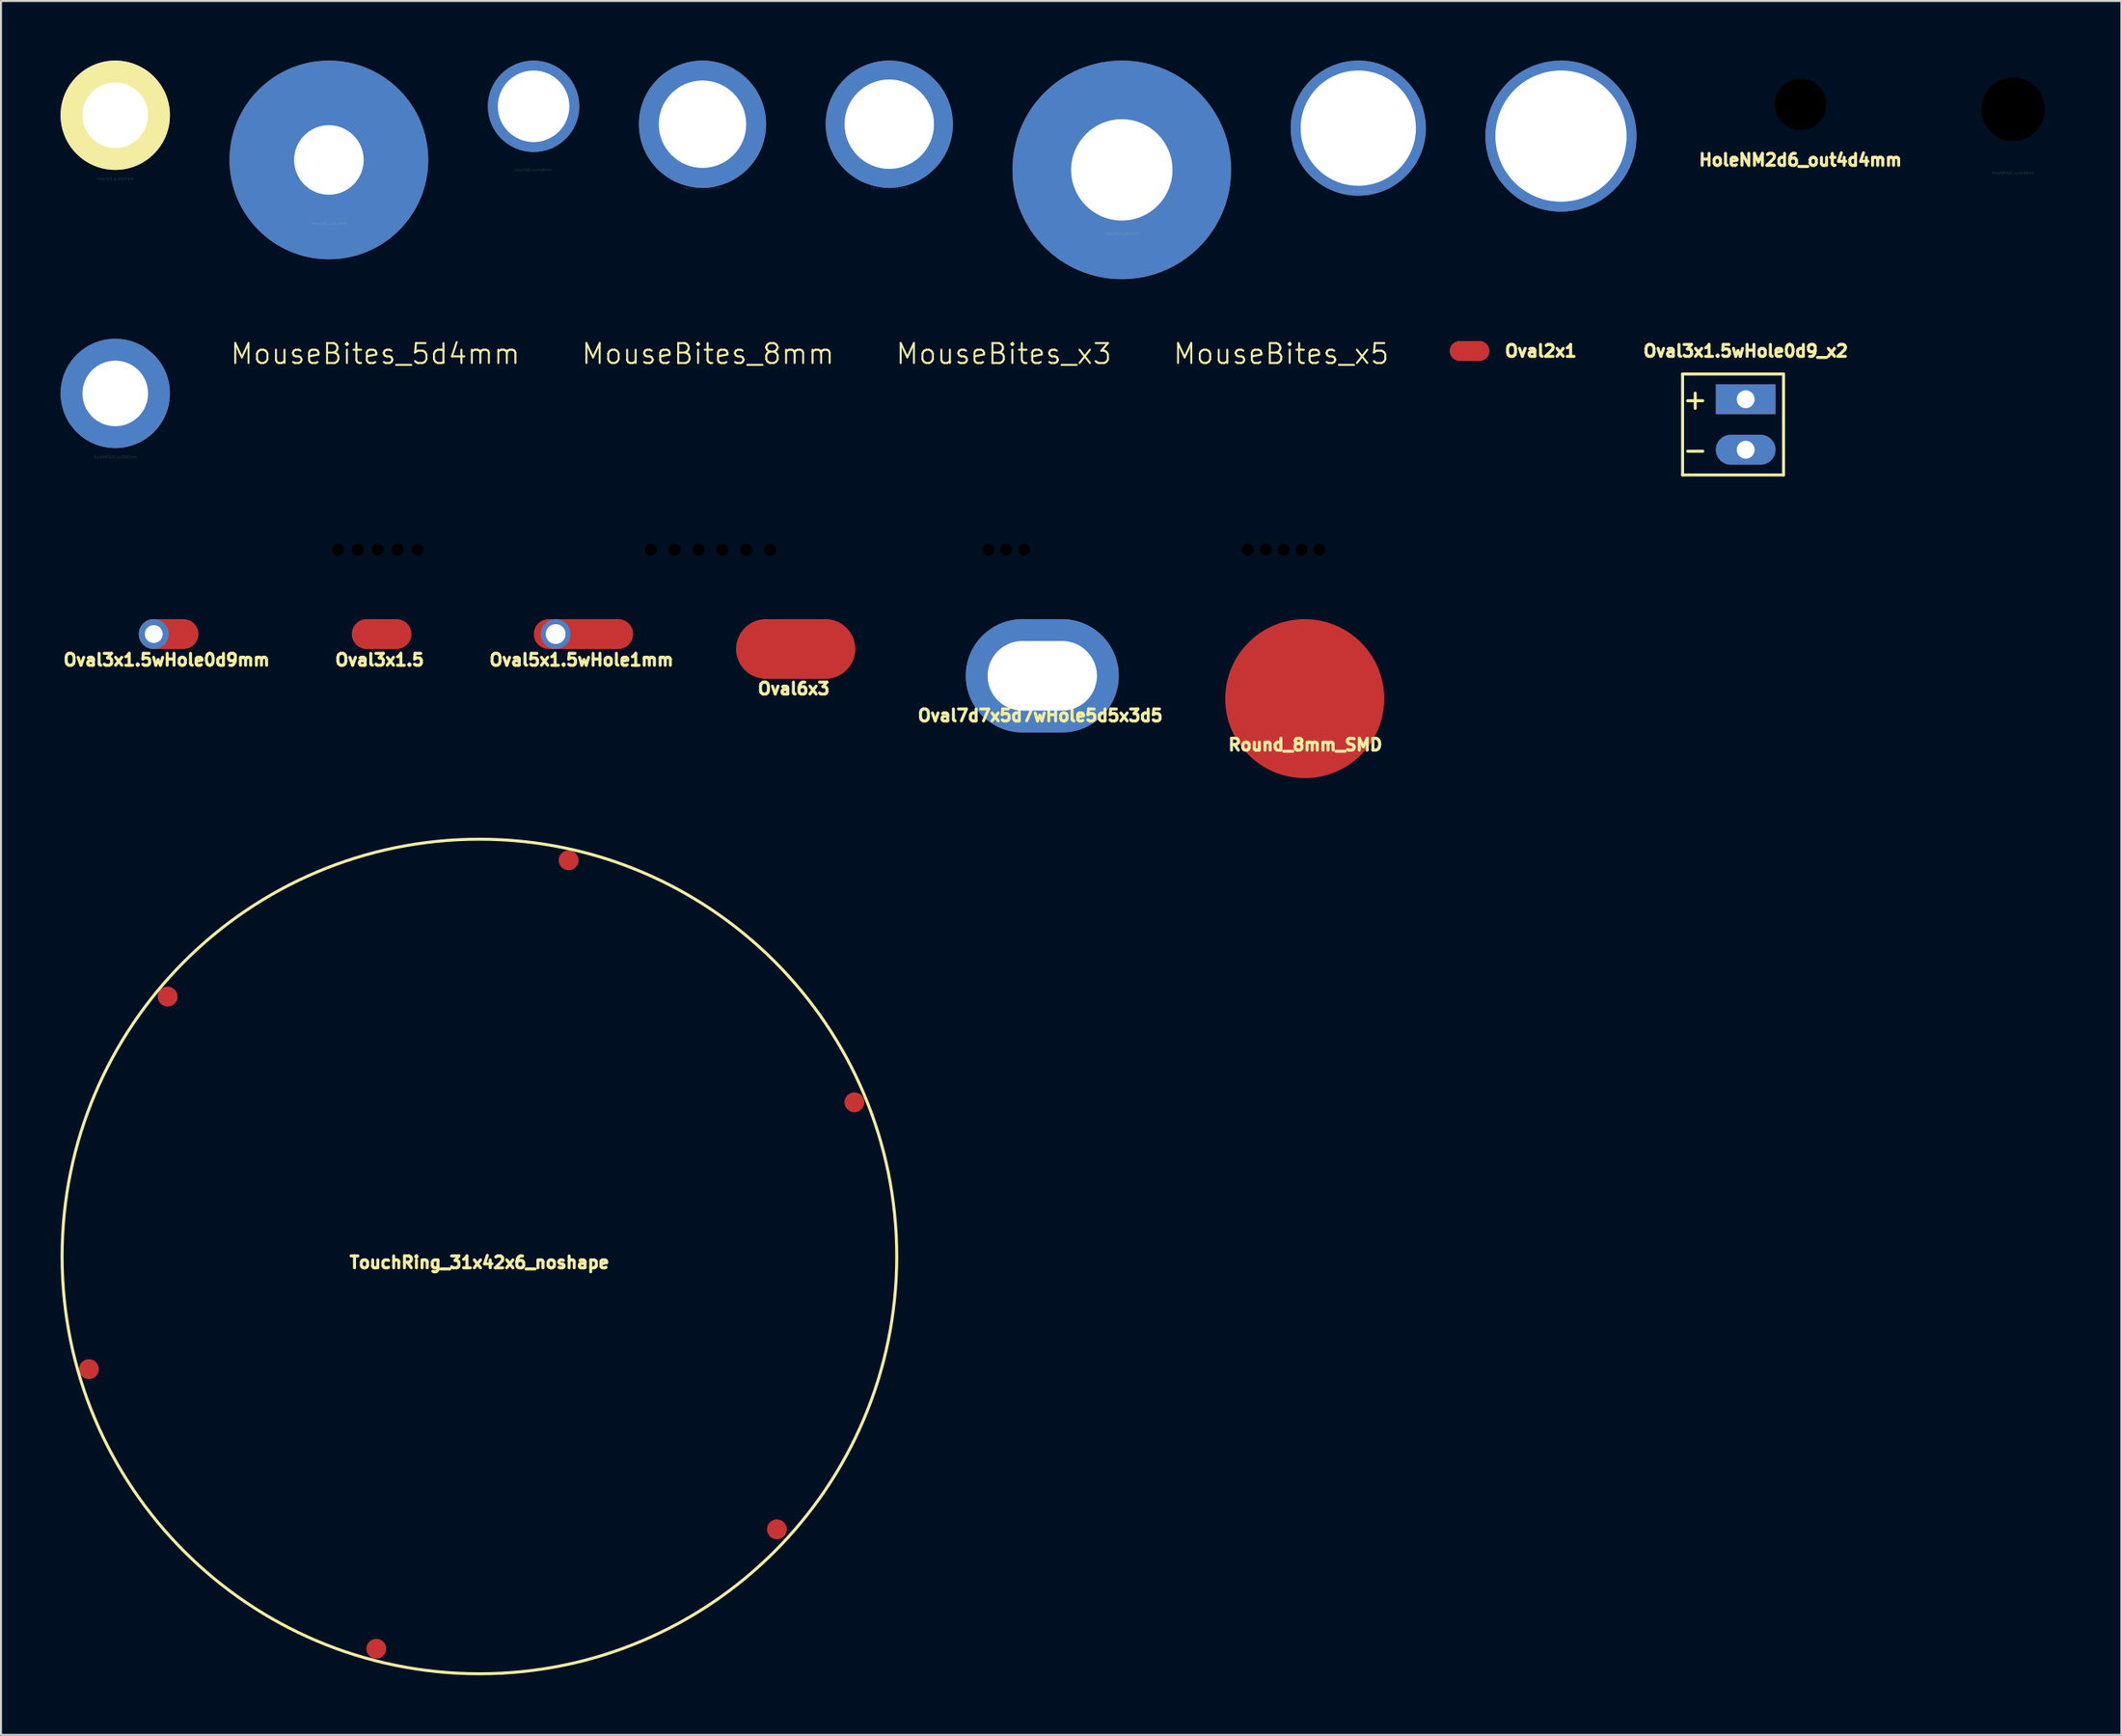
<source format=kicad_pcb>
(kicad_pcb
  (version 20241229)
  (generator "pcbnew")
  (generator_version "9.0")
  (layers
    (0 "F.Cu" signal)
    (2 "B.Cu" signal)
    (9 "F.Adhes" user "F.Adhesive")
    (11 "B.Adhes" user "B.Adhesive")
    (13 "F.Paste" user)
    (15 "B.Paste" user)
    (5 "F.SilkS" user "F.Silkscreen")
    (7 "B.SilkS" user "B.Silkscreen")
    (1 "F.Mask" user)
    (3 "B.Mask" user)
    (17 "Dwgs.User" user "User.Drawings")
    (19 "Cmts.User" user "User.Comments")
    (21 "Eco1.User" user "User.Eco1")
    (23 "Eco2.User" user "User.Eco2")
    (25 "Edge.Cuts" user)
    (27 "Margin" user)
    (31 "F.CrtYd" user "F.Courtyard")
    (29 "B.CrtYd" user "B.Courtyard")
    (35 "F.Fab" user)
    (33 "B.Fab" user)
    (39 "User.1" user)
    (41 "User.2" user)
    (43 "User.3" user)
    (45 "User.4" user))
  (footprint "Hole3d5_out10mm"
    (layer "F.Cu")
    (at 13.5 5)
    (property "Reference" "Hole3d5_out10mm" (at 0 3.2 0) (layer "F.SilkS") (effects (font (size 0.127 0.127) (thickness 0.003))))
    (attr through_hole)
    (pad "H" thru_hole circle (at 0 0) (size 10 10) (drill 3.5) (layers "*.Cu" "*.Mask")))
  (footprint "Hole3d3_out5d5mm"
    (layer "F.Cu")
    (at 2.75 2.75)
    (property "Reference" "Hole3d3_out5d5mm" (at 0 3.2 0) (layer "F.SilkS") (effects (font (size 0.127 0.127) (thickness 0.003))))
    (attr through_hole)
    (pad "H" thru_hole circle (at 0 0) (size 5.5 5.5) (drill 3.3) (layers "*.Cu" "*.Mask" "F.SilkS")))
  (footprint "Hole6d6_out7d6mm"
    (layer "F.Cu")
    (at 75.5 3.8)
    (property "Reference" "Hole6d6_out7d6mm" (at 0 3.2 0) (layer "F.SilkS") (effects (font (size 0.127 0.127) (thickness 0.003))))
    (attr through_hole)
    (pad "H" thru_hole circle (at 0 0) (size 7.6 7.6) (drill 6.6) (layers "*.Cu" "*.Mask")))
  (footprint "MouseBites_8mm"
    (layer "F.Cu")
    (at 32.699 24.61)
    (property "Reference" "MouseBites_8mm" (at -0.12 -9.85 0) (unlocked yes) (layer "F.SilkS") (effects (font (size 1 1) (thickness 0.1))))
    (pad "" np_thru_hole circle (at -3 0) (size 1 1) (drill 0.6) (layers "*.Mask"))
    (pad "" np_thru_hole circle (at -1.8 0) (size 1 1) (drill 0.6) (layers "*.Mask"))
    (pad "" np_thru_hole circle (at -0.6 0) (size 1 1) (drill 0.6) (layers "*.Mask"))
    (pad "" np_thru_hole circle (at 0.6 0) (size 1 1) (drill 0.6) (layers "*.Mask"))
    (pad "" np_thru_hole circle (at 1.8 0) (size 1 1) (drill 0.6) (layers "*.Mask"))
    (pad "" np_thru_hole circle (at 3 0) (size 1 1) (drill 0.6) (layers "*.Mask")))
  (footprint "Oval7d7x5d7wHole5d5x3d5"
    (layer "F.Cu")
    (at 49.398 30.96)
    (property "Reference" "Oval7d7x5d7wHole5d5x3d5" (at -0.1 2 0) (layer "F.SilkS") (effects (font (size 0.6 0.6) (thickness 0.15))))
    (attr through_hole)
    (pad "H" thru_hole oval (at 0 0) (size 7.7 5.7) (drill oval 5.5 3.5) (layers "*.Cu" "*.Mask")))
  (footprint "Oval3x1.5wHole0d9mm"
    (layer "F.Cu")
    (at 5.436 28.86)
    (property "Reference" "Oval3x1.5wHole0d9mm" (at -0.1 1.3 0) (layer "F.SilkS") (effects (font (size 0.6 0.6) (thickness 0.15))))
    (attr through_hole)
    (pad "1" thru_hole circle (at -0.75 0) (size 1.5 1.5) (drill 0.9) (layers "*.Cu" "*.Mask"))
    (pad "1" smd oval (at 0 0) (size 3 1.5) (layers "F.Cu" "F.Mask" "F.Paste")))
  (footprint "Hole5d8_out6d8mm"
    (layer "F.Cu")
    (at 65.3 3.4)
    (property "Reference" "Hole5d8_out6d8mm" (at 0 3.2 0) (layer "F.SilkS") (effects (font (size 0.127 0.127) (thickness 0.003))))
    (attr through_hole)
    (pad "H" thru_hole circle (at 0 0) (size 6.8 6.8) (drill 5.8) (layers "*.Cu" "*.Mask")))
  (footprint "HoleNM3d2_out4d9mm"
    (layer "F.Cu")
    (at 98.251 2.45)
    (property "Reference" "HoleNM3d2_out4d9mm" (at 0 3.2 0) (layer "F.SilkS") (effects (font (size 0.127 0.127) (thickness 0.003))))
    (attr through_hole exclude_from_pos_files exclude_from_bom)
    (pad "" np_thru_hole circle (at 0 0) (size 4.9 4.9) (drill 3.2) (layers "*.Mask")))
  (footprint "Oval5x1.5wHole1mm"
    (layer "F.Cu")
    (at 26.311 28.86)
    (property "Reference" "Oval5x1.5wHole1mm" (at -0.1 1.3 0) (layer "F.SilkS") (effects (font (size 0.6 0.6) (thickness 0.15))))
    (attr through_hole)
    (pad "1" thru_hole circle (at -1.4 0) (size 1.5 1.5) (drill 1) (layers "*.Cu" "*.Mask"))
    (pad "1" smd oval (at 0 0) (size 5 1.5) (layers "F.Cu" "F.Mask" "F.Paste")))
  (footprint "Hole5d1_out11mm"
    (layer "F.Cu")
    (at 53.4 5.5)
    (property "Reference" "Hole5d1_out11mm" (at 0 3.2 0) (layer "F.SilkS") (effects (font (size 0.127 0.127) (thickness 0.003))))
    (attr through_hole)
    (pad "H" thru_hole circle (at 0 0) (size 11 11) (drill 5.1) (layers "*.Cu" "*.Mask")))
  (footprint "Round_8mm_SMD"
    (layer "F.Cu")
    (at 62.606 32.111)
    (property "Reference" "Round_8mm_SMD" (at 0.03 2.32 0) (layer "F.SilkS") (effects (font (size 0.6 0.6) (thickness 0.15))))
    (attr through_hole)
    (pad "1" smd circle (at 0 0) (size 8 8) (layers "F.Cu")))
  (footprint "MouseBites_x3"
    (layer "F.Cu")
    (at 47.584 24.61)
    (property "Reference" "MouseBites_x3" (at -0.12 -9.85 0) (unlocked yes) (layer "F.SilkS") (effects (font (size 1 1) (thickness 0.1))))
    (pad "" np_thru_hole circle (at -0.9 0) (size 1 1) (drill 0.6) (layers "*.Mask"))
    (pad "" np_thru_hole circle (at 0 0) (size 1 1) (drill 0.6) (layers "*.Mask"))
    (pad "" np_thru_hole circle (at 0.9 0) (size 1 1) (drill 0.6) (layers "*.Mask")))
  (footprint "Oval3x1.5wHole0d9_x2"
    (layer "F.Cu")
    (at 84.795 18.314)
    (property "Reference" "Oval3x1.5wHole0d9_x2" (at 0 -3.7 0) (layer "F.SilkS") (effects (font (size 0.6 0.6) (thickness 0.15))))
    (attr through_hole)
    (fp_line (start -3.175 -2.54) (end 1.905 -2.54) (stroke (width 0.15) (type solid)) (layer "F.SilkS"))
    (fp_line (start -3.175 2.54) (end -3.175 -2.54) (stroke (width 0.15) (type solid)) (layer "F.SilkS"))
    (fp_line (start 1.905 -2.54) (end 1.905 2.54) (stroke (width 0.15) (type solid)) (layer "F.SilkS"))
    (fp_line (start 1.905 2.54) (end -3.175 2.54) (stroke (width 0.15) (type solid)) (layer "F.SilkS"))
    (fp_text user "-" (at -2.54 1.27 0) (unlocked yes) (layer "F.SilkS") (effects (font (size 1 1) (thickness 0.15))))
    (fp_text user "+" (at -2.54 -1.27 0) (unlocked yes) (layer "F.SilkS") (effects (font (size 1 1) (thickness 0.15))))
    (pad "1" thru_hole rect (at 0 -1.27) (size 3 1.5) (drill 0.9) (layers "*.Cu" "*.Mask"))
    (pad "2" thru_hole oval (at 0 1.27) (size 3 1.5) (drill 0.9) (layers "*.Cu" "*.Mask")))
  (footprint "MouseBites_x5"
    (layer "F.Cu")
    (at 61.541 24.61)
    (property "Reference" "MouseBites_x5" (at -0.12 -9.85 0) (unlocked yes) (layer "F.SilkS") (effects (font (size 1 1) (thickness 0.1))))
    (pad "" np_thru_hole circle (at -1.8 0) (size 1 1) (drill 0.6) (layers "*.Mask"))
    (pad "" np_thru_hole circle (at -0.9 0) (size 1 1) (drill 0.6) (layers "*.Mask"))
    (pad "" np_thru_hole circle (at 0 0) (size 1 1) (drill 0.6) (layers "*.Mask"))
    (pad "" np_thru_hole circle (at 0.9 0) (size 1 1) (drill 0.6) (layers "*.Mask"))
    (pad "" np_thru_hole circle (at 1.8 0) (size 1 1) (drill 0.6) (layers "*.Mask")))
  (footprint "Oval6x3"
    (layer "F.Cu")
    (at 36.99 29.61)
    (property "Reference" "Oval6x3" (at -0.1 2 0) (layer "F.SilkS") (effects (font (size 0.6 0.6) (thickness 0.15))))
    (attr through_hole)
    (pad "1" smd oval (at 0 0) (size 6 3) (layers "F.Cu" "F.Mask" "F.Paste")))
  (footprint "Hole4d5_out6d4mm"
    (layer "F.Cu")
    (at 41.7 3.2)
    (property "Reference" "Hole4d5_out6d4mm" (at 0 3.2 0) (layer "F.SilkS") (effects (font (size 0.127 0.127) (thickness 0.003))))
    (attr through_hole)
    (pad "H" thru_hole circle (at 0 0) (size 6.4 6.4) (drill 4.5) (layers "*.Cu" "*.Mask")))
  (footprint "Hole4d4_out6d4mm"
    (layer "F.Cu")
    (at 32.3 3.2)
    (property "Reference" "Hole4d4_out6d4mm" (at 0 3.2 0) (layer "F.SilkS") (effects (font (size 0.127 0.127) (thickness 0.003))))
    (attr through_hole)
    (pad "H" thru_hole circle (at 0 0) (size 6.4 6.4) (drill 4.4) (layers "*.Cu" "*.Mask")))
  (footprint "Oval2x1"
    (layer "F.Cu")
    (at 70.9 14.614)
    (property "Reference" "Oval2x1" (at 1.7 0 0) (layer "F.SilkS") (effects (font (size 0.6 0.6) (thickness 0.15)) (justify left)))
    (attr through_hole)
    (pad "1" smd oval (at 0 0) (size 2 1) (layers "F.Cu" "F.Mask" "F.Paste")))
  (footprint "TouchRing_31x42x6_noshape"
    (layer "F.Cu")
    (at 21.075 60.185)
    (property "Reference" "TouchRing_31x42x6_noshape" (at 0 0.3 0) (layer "F.SilkS") (effects (font (size 0.6 0.6) (thickness 0.15))))
    (attr through_hole)
    (fp_circle (center 0 0) (end 21 0) (stroke (width 0.15) (type solid)) (fill no) (layer "F.SilkS"))
    (pad "1" smd circle (at 4.49 -19.94) (size 1 1) (layers "F.Cu"))
    (pad "2" smd circle (at 18.87 -7.76) (size 1 1) (layers "F.Cu"))
    (pad "3" smd circle (at 14.97 13.73) (size 1 1) (layers "F.Cu"))
    (pad "4" smd circle (at -5.19 19.74) (size 1 1) (layers "F.Cu"))
    (pad "5" smd circle (at -19.65 5.67) (size 1 1) (layers "F.Cu"))
    (pad "6" smd circle (at -15.69 -13.08) (size 1 1) (layers "F.Cu")))
  (footprint "HoleNM3d3_out5d5mm"
    (layer "F.Cu")
    (at 2.75 16.75)
    (property "Reference" "HoleNM3d3_out5d5mm" (at 0 3.2 0) (layer "F.SilkS") (effects (font (size 0.127 0.127) (thickness 0.003))))
    (attr through_hole)
    (pad "" thru_hole circle (at 0 0) (size 5.5 5.5) (drill 3.3) (layers "*.Mask")))
  (footprint "MouseBites_5d4mm"
    (layer "F.Cu")
    (at 15.956 24.61)
    (property "Reference" "MouseBites_5d4mm" (at -0.12 -9.85 0) (unlocked yes) (layer "F.SilkS") (effects (font (size 1 1) (thickness 0.1))))
    (pad "" np_thru_hole circle (at -2 0) (size 1 1) (drill 0.6) (layers "*.Mask"))
    (pad "" np_thru_hole circle (at -1 0) (size 1 1) (drill 0.6) (layers "*.Mask"))
    (pad "" np_thru_hole circle (at 0 0) (size 1 1) (drill 0.6) (layers "*.Mask"))
    (pad "" np_thru_hole circle (at 1 0) (size 1 1) (drill 0.6) (layers "*.Mask"))
    (pad "" np_thru_hole circle (at 2 0) (size 1 1) (drill 0.6) (layers "*.Mask")))
  (footprint "Hole3d6_out4d6mm"
    (layer "F.Cu")
    (at 23.8 2.3)
    (property "Reference" "Hole3d6_out4d6mm" (at 0 3.2 0) (layer "F.SilkS") (effects (font (size 0.127 0.127) (thickness 0.003))))
    (attr through_hole)
    (pad "H" thru_hole circle (at 0 0) (size 4.6 4.6) (drill 3.6) (layers "*.Cu" "*.Mask")))
  (footprint "Oval3x1.5"
    (layer "F.Cu")
    (at 16.152 28.86)
    (property "Reference" "Oval3x1.5" (at -0.1 1.3 0) (layer "F.SilkS") (effects (font (size 0.6 0.6) (thickness 0.15))))
    (attr through_hole)
    (pad "1" smd oval (at 0 0) (size 3 1.5) (layers "F.Cu" "F.Mask" "F.Paste")))
  (footprint "HoleNM2d6_out4d4mm"
    (layer "F.Cu")
    (at 87.551 2.2)
    (property "Reference" "HoleNM2d6_out4d4mm" (at 0 2.8 0) (layer "F.SilkS") (effects (font (size 0.6 0.6) (thickness 0.15))))
    (attr through_hole)
    (pad "" np_thru_hole circle (at 0 0) (size 4.4 4.4) (drill 2.6) (layers "*.Mask")))
  (gr_rect
    (start -3 -3)
    (end 103.701 84.26)
    (stroke (width 0.1) (type default))
    (fill no)
    (layer "Edge.Cuts")))
</source>
